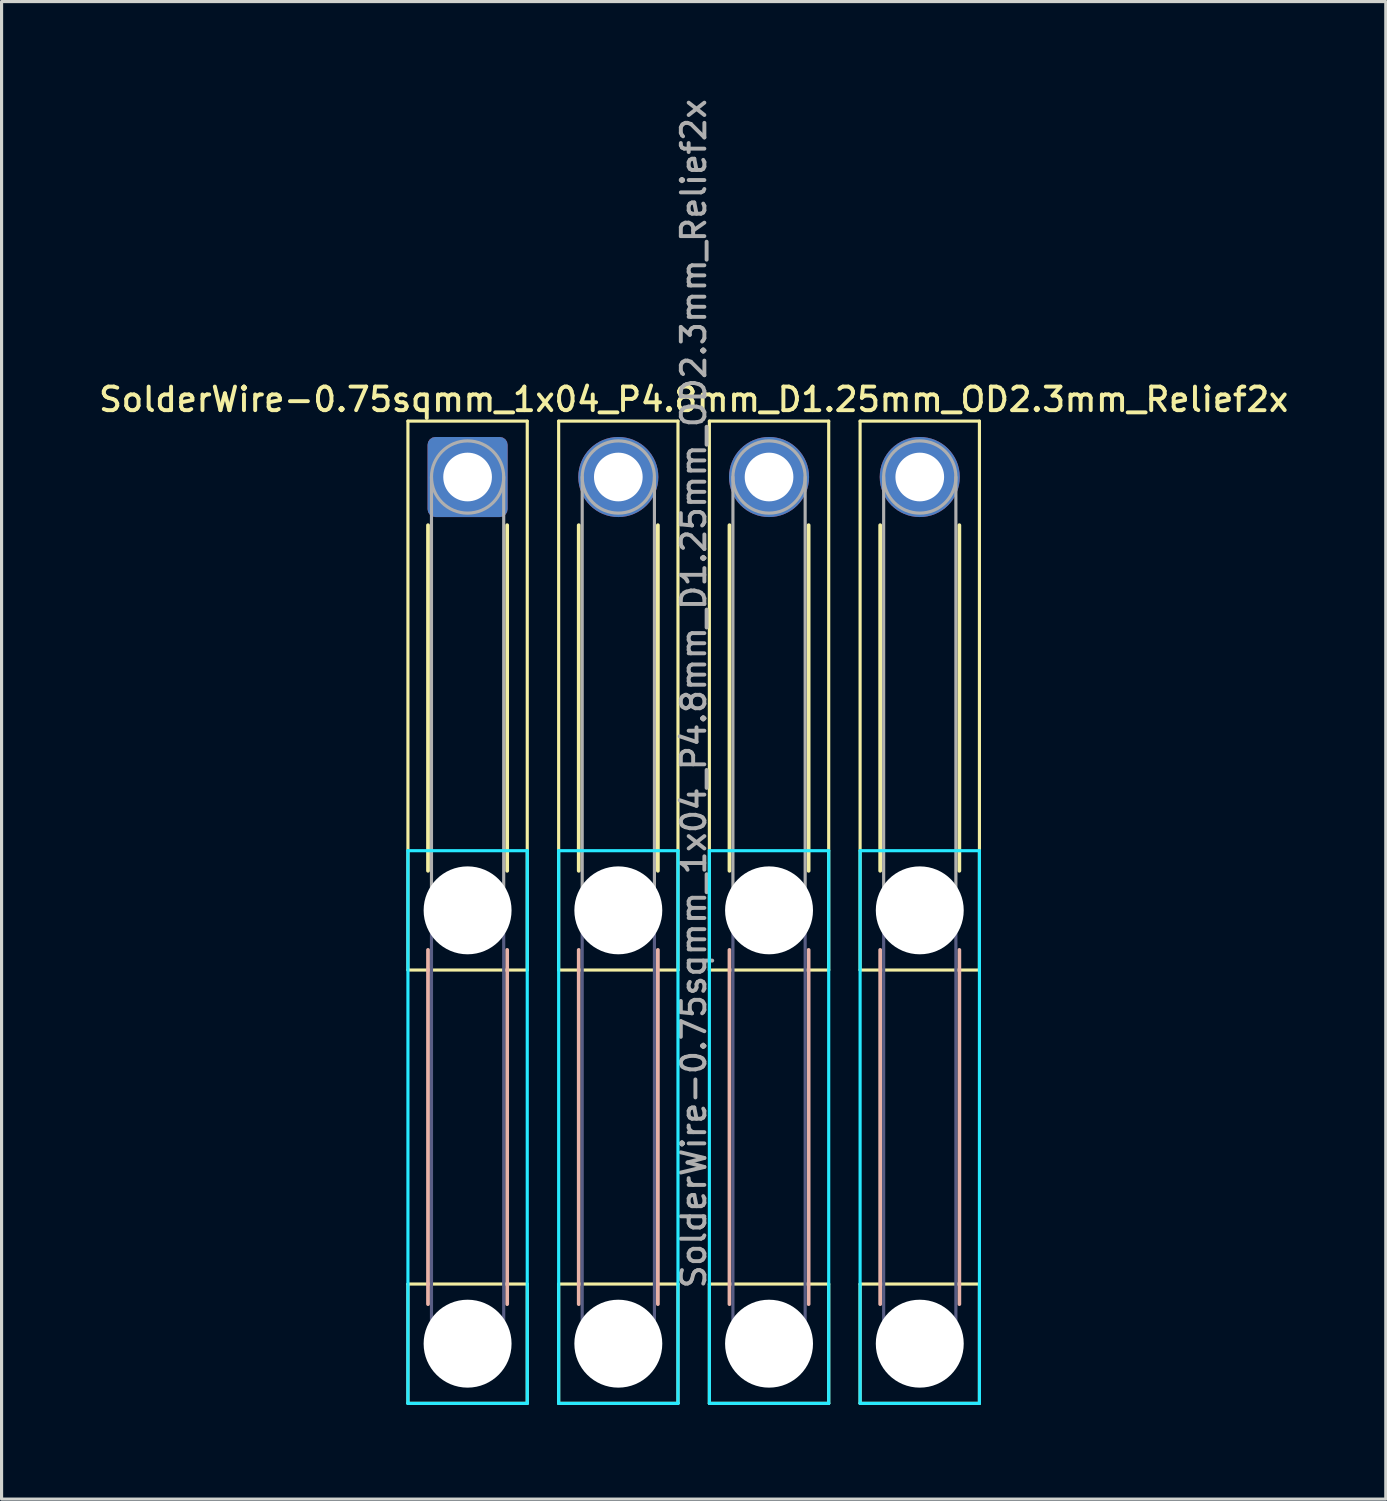
<source format=kicad_pcb>
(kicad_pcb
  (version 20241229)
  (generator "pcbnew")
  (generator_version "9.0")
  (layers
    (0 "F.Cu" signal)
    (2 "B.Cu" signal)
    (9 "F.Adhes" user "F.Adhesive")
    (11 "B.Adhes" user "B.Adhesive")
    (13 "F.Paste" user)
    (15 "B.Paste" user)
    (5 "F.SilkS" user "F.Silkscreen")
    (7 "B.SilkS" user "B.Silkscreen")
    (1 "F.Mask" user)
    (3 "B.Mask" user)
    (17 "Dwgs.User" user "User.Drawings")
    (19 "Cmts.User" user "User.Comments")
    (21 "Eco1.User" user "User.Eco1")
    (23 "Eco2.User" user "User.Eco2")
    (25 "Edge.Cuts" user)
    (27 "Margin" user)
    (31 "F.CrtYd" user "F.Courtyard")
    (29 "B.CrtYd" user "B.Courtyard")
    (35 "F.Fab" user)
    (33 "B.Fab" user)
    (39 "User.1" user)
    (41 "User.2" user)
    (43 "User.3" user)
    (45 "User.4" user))
  (footprint "SolderWire-0.75sqmm_1x04_P4.8mm_D1.25mm_OD2.3mm_Relief2x"
    (layer "F.Cu")
    (at 11.841 12.141)
    (property "Reference" "SolderWire-0.75sqmm_1x04_P4.8mm_D1.25mm_OD2.3mm_Relief2x" (at 7.2 -2.47 0) (layer "F.SilkS") (effects (font (size 0.75 0.75) (thickness 0.125))))
    (attr exclude_from_pos_files exclude_from_bom)
    (fp_line (start -1.9 -1.78) (end -1.9 15.7) (stroke (width 0.1) (type solid)) (layer "F.SilkS"))
    (fp_line (start -1.9 15.7) (end 1.9 15.7) (stroke (width 0.1) (type solid)) (layer "F.SilkS"))
    (fp_line (start -1.9 25.7) (end -1.9 29.5) (stroke (width 0.1) (type solid)) (layer "F.SilkS"))
    (fp_line (start -1.9 29.5) (end 1.9 29.5) (stroke (width 0.1) (type solid)) (layer "F.SilkS"))
    (fp_line (start -1.26 1.535) (end -1.26 12.54) (stroke (width 0.12) (type solid)) (layer "F.SilkS"))
    (fp_line (start 1.26 1.535) (end 1.26 12.54) (stroke (width 0.12) (type solid)) (layer "F.SilkS"))
    (fp_line (start 1.9 -1.78) (end -1.9 -1.78) (stroke (width 0.1) (type solid)) (layer "F.SilkS"))
    (fp_line (start 1.9 15.7) (end 1.9 -1.78) (stroke (width 0.1) (type solid)) (layer "F.SilkS"))
    (fp_line (start 1.9 25.7) (end -1.9 25.7) (stroke (width 0.1) (type solid)) (layer "F.SilkS"))
    (fp_line (start 1.9 29.5) (end 1.9 25.7) (stroke (width 0.1) (type solid)) (layer "F.SilkS"))
    (fp_line (start 2.9 -1.78) (end 2.9 15.7) (stroke (width 0.1) (type solid)) (layer "F.SilkS"))
    (fp_line (start 2.9 15.7) (end 6.7 15.7) (stroke (width 0.1) (type solid)) (layer "F.SilkS"))
    (fp_line (start 2.9 25.7) (end 2.9 29.5) (stroke (width 0.1) (type solid)) (layer "F.SilkS"))
    (fp_line (start 2.9 29.5) (end 6.7 29.5) (stroke (width 0.1) (type solid)) (layer "F.SilkS"))
    (fp_line (start 3.54 1.535) (end 3.54 12.54) (stroke (width 0.12) (type solid)) (layer "F.SilkS"))
    (fp_line (start 6.06 1.535) (end 6.06 12.54) (stroke (width 0.12) (type solid)) (layer "F.SilkS"))
    (fp_line (start 6.7 -1.78) (end 2.9 -1.78) (stroke (width 0.1) (type solid)) (layer "F.SilkS"))
    (fp_line (start 6.7 15.7) (end 6.7 -1.78) (stroke (width 0.1) (type solid)) (layer "F.SilkS"))
    (fp_line (start 6.7 25.7) (end 2.9 25.7) (stroke (width 0.1) (type solid)) (layer "F.SilkS"))
    (fp_line (start 6.7 29.5) (end 6.7 25.7) (stroke (width 0.1) (type solid)) (layer "F.SilkS"))
    (fp_line (start 7.7 -1.78) (end 7.7 15.7) (stroke (width 0.1) (type solid)) (layer "F.SilkS"))
    (fp_line (start 7.7 15.7) (end 11.5 15.7) (stroke (width 0.1) (type solid)) (layer "F.SilkS"))
    (fp_line (start 7.7 25.7) (end 7.7 29.5) (stroke (width 0.1) (type solid)) (layer "F.SilkS"))
    (fp_line (start 7.7 29.5) (end 11.5 29.5) (stroke (width 0.1) (type solid)) (layer "F.SilkS"))
    (fp_line (start 8.34 1.535) (end 8.34 12.54) (stroke (width 0.12) (type solid)) (layer "F.SilkS"))
    (fp_line (start 10.86 1.535) (end 10.86 12.54) (stroke (width 0.12) (type solid)) (layer "F.SilkS"))
    (fp_line (start 11.5 -1.78) (end 7.7 -1.78) (stroke (width 0.1) (type solid)) (layer "F.SilkS"))
    (fp_line (start 11.5 15.7) (end 11.5 -1.78) (stroke (width 0.1) (type solid)) (layer "F.SilkS"))
    (fp_line (start 11.5 25.7) (end 7.7 25.7) (stroke (width 0.1) (type solid)) (layer "F.SilkS"))
    (fp_line (start 11.5 29.5) (end 11.5 25.7) (stroke (width 0.1) (type solid)) (layer "F.SilkS"))
    (fp_line (start 12.5 -1.78) (end 12.5 15.7) (stroke (width 0.1) (type solid)) (layer "F.SilkS"))
    (fp_line (start 12.5 15.7) (end 16.3 15.7) (stroke (width 0.1) (type solid)) (layer "F.SilkS"))
    (fp_line (start 12.5 25.7) (end 12.5 29.5) (stroke (width 0.1) (type solid)) (layer "F.SilkS"))
    (fp_line (start 12.5 29.5) (end 16.3 29.5) (stroke (width 0.1) (type solid)) (layer "F.SilkS"))
    (fp_line (start 13.14 1.535) (end 13.14 12.54) (stroke (width 0.12) (type solid)) (layer "F.SilkS"))
    (fp_line (start 15.66 1.535) (end 15.66 12.54) (stroke (width 0.12) (type solid)) (layer "F.SilkS"))
    (fp_line (start 16.3 -1.78) (end 12.5 -1.78) (stroke (width 0.1) (type solid)) (layer "F.SilkS"))
    (fp_line (start 16.3 15.7) (end 16.3 -1.78) (stroke (width 0.1) (type solid)) (layer "F.SilkS"))
    (fp_line (start 16.3 25.7) (end 12.5 25.7) (stroke (width 0.1) (type solid)) (layer "F.SilkS"))
    (fp_line (start 16.3 29.5) (end 16.3 25.7) (stroke (width 0.1) (type solid)) (layer "F.SilkS"))
    (fp_line (start -1.26 15.06) (end -1.26 26.34) (stroke (width 0.12) (type solid)) (layer "B.SilkS"))
    (fp_line (start 1.26 15.06) (end 1.26 26.34) (stroke (width 0.12) (type solid)) (layer "B.SilkS"))
    (fp_line (start 3.54 15.06) (end 3.54 26.34) (stroke (width 0.12) (type solid)) (layer "B.SilkS"))
    (fp_line (start 6.06 15.06) (end 6.06 26.34) (stroke (width 0.12) (type solid)) (layer "B.SilkS"))
    (fp_line (start 8.34 15.06) (end 8.34 26.34) (stroke (width 0.12) (type solid)) (layer "B.SilkS"))
    (fp_line (start 10.86 15.06) (end 10.86 26.34) (stroke (width 0.12) (type solid)) (layer "B.SilkS"))
    (fp_line (start 13.14 15.06) (end 13.14 26.34) (stroke (width 0.12) (type solid)) (layer "B.SilkS"))
    (fp_line (start 15.66 15.06) (end 15.66 26.34) (stroke (width 0.12) (type solid)) (layer "B.SilkS"))
    (fp_line (start -1.9 11.9) (end -1.9 29.5) (stroke (width 0.1) (type solid)) (layer "B.CrtYd"))
    (fp_line (start -1.9 29.5) (end 1.9 29.5) (stroke (width 0.1) (type solid)) (layer "B.CrtYd"))
    (fp_line (start 1.9 11.9) (end -1.9 11.9) (stroke (width 0.1) (type solid)) (layer "B.CrtYd"))
    (fp_line (start 1.9 29.5) (end 1.9 11.9) (stroke (width 0.1) (type solid)) (layer "B.CrtYd"))
    (fp_line (start 2.9 11.9) (end 2.9 29.5) (stroke (width 0.1) (type solid)) (layer "B.CrtYd"))
    (fp_line (start 2.9 29.5) (end 6.7 29.5) (stroke (width 0.1) (type solid)) (layer "B.CrtYd"))
    (fp_line (start 6.7 11.9) (end 2.9 11.9) (stroke (width 0.1) (type solid)) (layer "B.CrtYd"))
    (fp_line (start 6.7 29.5) (end 6.7 11.9) (stroke (width 0.1) (type solid)) (layer "B.CrtYd"))
    (fp_line (start 7.7 11.9) (end 7.7 29.5) (stroke (width 0.1) (type solid)) (layer "B.CrtYd"))
    (fp_line (start 7.7 29.5) (end 11.5 29.5) (stroke (width 0.1) (type solid)) (layer "B.CrtYd"))
    (fp_line (start 11.5 11.9) (end 7.7 11.9) (stroke (width 0.1) (type solid)) (layer "B.CrtYd"))
    (fp_line (start 11.5 29.5) (end 11.5 11.9) (stroke (width 0.1) (type solid)) (layer "B.CrtYd"))
    (fp_line (start 12.5 11.9) (end 12.5 29.5) (stroke (width 0.1) (type solid)) (layer "B.CrtYd"))
    (fp_line (start 12.5 29.5) (end 16.3 29.5) (stroke (width 0.1) (type solid)) (layer "B.CrtYd"))
    (fp_line (start 16.3 11.9) (end 12.5 11.9) (stroke (width 0.1) (type solid)) (layer "B.CrtYd"))
    (fp_line (start 16.3 29.5) (end 16.3 11.9) (stroke (width 0.1) (type solid)) (layer "B.CrtYd"))
    (fp_line (start -1.15 13.8) (end -1.15 27.6) (stroke (width 0.1) (type solid)) (layer "B.Fab"))
    (fp_line (start 1.15 13.8) (end 1.15 27.6) (stroke (width 0.1) (type solid)) (layer "B.Fab"))
    (fp_line (start 3.65 13.8) (end 3.65 27.6) (stroke (width 0.1) (type solid)) (layer "B.Fab"))
    (fp_line (start 5.95 13.8) (end 5.95 27.6) (stroke (width 0.1) (type solid)) (layer "B.Fab"))
    (fp_line (start 8.45 13.8) (end 8.45 27.6) (stroke (width 0.1) (type solid)) (layer "B.Fab"))
    (fp_line (start 10.75 13.8) (end 10.75 27.6) (stroke (width 0.1) (type solid)) (layer "B.Fab"))
    (fp_line (start 13.25 13.8) (end 13.25 27.6) (stroke (width 0.1) (type solid)) (layer "B.Fab"))
    (fp_line (start 15.55 13.8) (end 15.55 27.6) (stroke (width 0.1) (type solid)) (layer "B.Fab"))
    (fp_circle (center 0 13.8) (end 1.15 13.8) (stroke (width 0.1) (type solid)) (fill no) (layer "B.Fab"))
    (fp_circle (center 0 27.6) (end 1.15 27.6) (stroke (width 0.1) (type solid)) (fill no) (layer "B.Fab"))
    (fp_circle (center 4.8 13.8) (end 5.95 13.8) (stroke (width 0.1) (type solid)) (fill no) (layer "B.Fab"))
    (fp_circle (center 4.8 27.6) (end 5.95 27.6) (stroke (width 0.1) (type solid)) (fill no) (layer "B.Fab"))
    (fp_circle (center 9.6 13.8) (end 10.75 13.8) (stroke (width 0.1) (type solid)) (fill no) (layer "B.Fab"))
    (fp_circle (center 9.6 27.6) (end 10.75 27.6) (stroke (width 0.1) (type solid)) (fill no) (layer "B.Fab"))
    (fp_circle (center 14.4 13.8) (end 15.55 13.8) (stroke (width 0.1) (type solid)) (fill no) (layer "B.Fab"))
    (fp_circle (center 14.4 27.6) (end 15.55 27.6) (stroke (width 0.1) (type solid)) (fill no) (layer "B.Fab"))
    (fp_line (start -1.15 0) (end -1.15 13.8) (stroke (width 0.1) (type solid)) (layer "F.Fab"))
    (fp_line (start 1.15 0) (end 1.15 13.8) (stroke (width 0.1) (type solid)) (layer "F.Fab"))
    (fp_line (start 3.65 0) (end 3.65 13.8) (stroke (width 0.1) (type solid)) (layer "F.Fab"))
    (fp_line (start 5.95 0) (end 5.95 13.8) (stroke (width 0.1) (type solid)) (layer "F.Fab"))
    (fp_line (start 8.45 0) (end 8.45 13.8) (stroke (width 0.1) (type solid)) (layer "F.Fab"))
    (fp_line (start 10.75 0) (end 10.75 13.8) (stroke (width 0.1) (type solid)) (layer "F.Fab"))
    (fp_line (start 13.25 0) (end 13.25 13.8) (stroke (width 0.1) (type solid)) (layer "F.Fab"))
    (fp_line (start 15.55 0) (end 15.55 13.8) (stroke (width 0.1) (type solid)) (layer "F.Fab"))
    (fp_circle (center 0 0) (end 1.15 0) (stroke (width 0.1) (type solid)) (fill no) (layer "F.Fab"))
    (fp_circle (center 0 13.8) (end 1.15 13.8) (stroke (width 0.1) (type solid)) (fill no) (layer "F.Fab"))
    (fp_circle (center 0 27.6) (end 1.15 27.6) (stroke (width 0.1) (type solid)) (fill no) (layer "F.Fab"))
    (fp_circle (center 4.8 0) (end 5.95 0) (stroke (width 0.1) (type solid)) (fill no) (layer "F.Fab"))
    (fp_circle (center 4.8 13.8) (end 5.95 13.8) (stroke (width 0.1) (type solid)) (fill no) (layer "F.Fab"))
    (fp_circle (center 4.8 27.6) (end 5.95 27.6) (stroke (width 0.1) (type solid)) (fill no) (layer "F.Fab"))
    (fp_circle (center 9.6 0) (end 10.75 0) (stroke (width 0.1) (type solid)) (fill no) (layer "F.Fab"))
    (fp_circle (center 9.6 13.8) (end 10.75 13.8) (stroke (width 0.1) (type solid)) (fill no) (layer "F.Fab"))
    (fp_circle (center 9.6 27.6) (end 10.75 27.6) (stroke (width 0.1) (type solid)) (fill no) (layer "F.Fab"))
    (fp_circle (center 14.4 0) (end 15.55 0) (stroke (width 0.1) (type solid)) (fill no) (layer "F.Fab"))
    (fp_circle (center 14.4 13.8) (end 15.55 13.8) (stroke (width 0.1) (type solid)) (fill no) (layer "F.Fab"))
    (fp_circle (center 14.4 27.6) (end 15.55 27.6) (stroke (width 0.1) (type solid)) (fill no) (layer "F.Fab"))
    (fp_text user "${REFERENCE}" (at 7.2 6.9 90) (layer "F.Fab") (effects (font (size 0.75 0.75) (thickness 0.125))))
    (pad "" np_thru_hole circle (at 0 13.8) (size 2.8 2.8) (drill 2.8) (layers "*.Cu" "*.Mask"))
    (pad "" np_thru_hole circle (at 0 27.6) (size 2.8 2.8) (drill 2.8) (layers "*.Cu" "*.Mask"))
    (pad "" np_thru_hole circle (at 4.8 13.8) (size 2.8 2.8) (drill 2.8) (layers "*.Cu" "*.Mask"))
    (pad "" np_thru_hole circle (at 4.8 27.6) (size 2.8 2.8) (drill 2.8) (layers "*.Cu" "*.Mask"))
    (pad "" np_thru_hole circle (at 9.6 13.8) (size 2.8 2.8) (drill 2.8) (layers "*.Cu" "*.Mask"))
    (pad "" np_thru_hole circle (at 9.6 27.6) (size 2.8 2.8) (drill 2.8) (layers "*.Cu" "*.Mask"))
    (pad "" np_thru_hole circle (at 14.4 13.8) (size 2.8 2.8) (drill 2.8) (layers "*.Cu" "*.Mask"))
    (pad "" np_thru_hole circle (at 14.4 27.6) (size 2.8 2.8) (drill 2.8) (layers "*.Cu" "*.Mask"))
    (pad "1" thru_hole roundrect (at 0 0) (size 2.55 2.55) (drill 1.55) (layers "*.Cu" "*.Mask") (roundrect_rratio 0.098))
    (pad "2" thru_hole circle (at 4.8 0) (size 2.55 2.55) (drill 1.55) (layers "*.Cu" "*.Mask"))
    (pad "3" thru_hole circle (at 9.6 0) (size 2.55 2.55) (drill 1.55) (layers "*.Cu" "*.Mask"))
    (pad "4" thru_hole circle (at 14.4 0) (size 2.55 2.55) (drill 1.55) (layers "*.Cu" "*.Mask")))
  (gr_rect
    (start -3 -3)
    (end 41.082 44.691)
    (stroke (width 0.1) (type default))
    (fill no)
    (layer "Edge.Cuts")))
</source>
